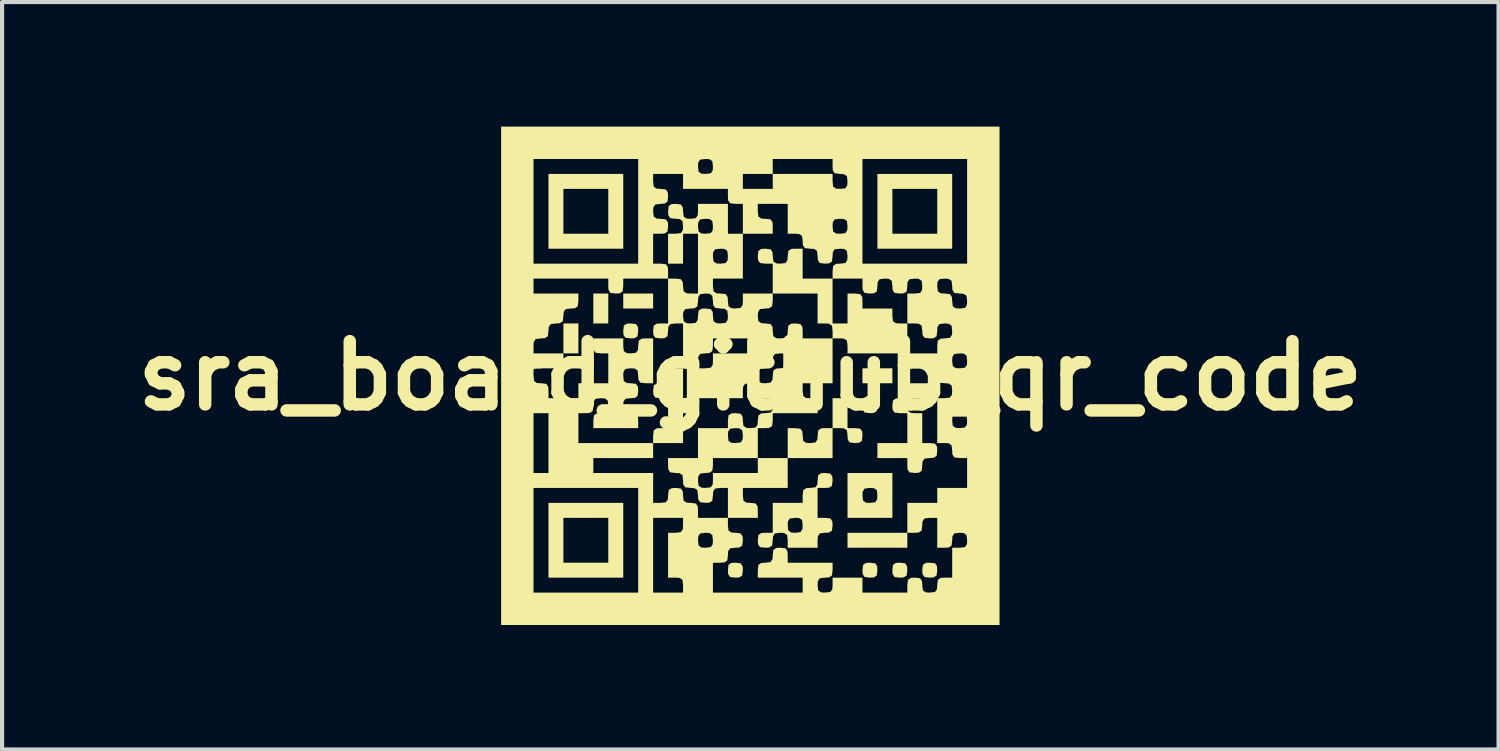
<source format=kicad_pcb>
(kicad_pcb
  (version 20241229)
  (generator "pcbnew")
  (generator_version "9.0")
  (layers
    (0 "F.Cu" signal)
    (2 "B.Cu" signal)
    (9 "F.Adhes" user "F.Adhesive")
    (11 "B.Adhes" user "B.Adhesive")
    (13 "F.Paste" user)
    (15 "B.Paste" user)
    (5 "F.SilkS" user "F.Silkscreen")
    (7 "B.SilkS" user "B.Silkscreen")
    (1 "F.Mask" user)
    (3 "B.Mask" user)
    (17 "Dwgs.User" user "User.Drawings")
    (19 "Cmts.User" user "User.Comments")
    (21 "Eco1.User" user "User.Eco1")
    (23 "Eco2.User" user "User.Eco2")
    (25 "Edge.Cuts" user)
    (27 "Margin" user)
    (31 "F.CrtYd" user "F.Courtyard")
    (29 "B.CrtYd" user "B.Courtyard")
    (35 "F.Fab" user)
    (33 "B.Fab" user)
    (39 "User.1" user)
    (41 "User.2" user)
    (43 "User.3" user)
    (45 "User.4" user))
  (footprint "sra_board_github_qr_code"
    (layer "F.Cu")
    (at 15.03 6.005)
    (property "Reference" "sra_board_github_qr_code" (at 0 0 0) (layer "F.SilkS") (effects (font (size 1.524 1.524) (thickness 0.3))))
    (attr board_only exclude_from_pos_files exclude_from_bom)
    (fp_poly (pts (xy -4.143 -0.54) (xy -4.504 -0.54) (xy -4.504 -1.261) (xy -4.143 -1.261)) (stroke (width 0) (type solid)) (fill yes) (layer "F.SilkS"))
    (fp_poly (pts (xy -3.423 -1.261) (xy -3.783 -1.261) (xy -3.783 -1.982) (xy -3.423 -1.982)) (stroke (width 0) (type solid)) (fill yes) (layer "F.SilkS"))
    (fp_poly (pts (xy -2.342 -1.621) (xy -3.062 -1.621) (xy -3.062 -1.982) (xy -2.342 -1.982)) (stroke (width 0) (type solid)) (fill yes) (layer "F.SilkS"))
    (fp_poly (pts (xy 3.423 0.18) (xy 2.702 0.18) (xy 2.702 -0.18) (xy 3.423 -0.18)) (stroke (width 0) (type solid)) (fill yes) (layer "F.SilkS"))
    (fp_poly (pts (xy 3.783 4.143) (xy 2.342 4.143) (xy 2.342 3.783) (xy 3.783 3.783)) (stroke (width 0) (type solid)) (fill yes) (layer "F.SilkS"))
    (fp_poly (pts (xy -3.062 -3.062) (xy -4.864 -3.062) (xy -4.864 -3.423) (xy -4.504 -3.423) (xy -3.423 -3.423) (xy -3.423 -4.504) (xy -4.504 -4.504) (xy -4.504 -3.423) (xy -4.864 -3.423) (xy -4.864 -4.864) (xy -3.062 -4.864)) (stroke (width 0) (type solid)) (fill yes) (layer "F.SilkS"))
    (fp_poly (pts (xy -3.062 4.864) (xy -4.864 4.864) (xy -4.864 4.504) (xy -4.504 4.504) (xy -3.423 4.504) (xy -3.423 3.423) (xy -4.504 3.423) (xy -4.504 4.504) (xy -4.864 4.504) (xy -4.864 3.062) (xy -3.062 3.062)) (stroke (width 0) (type solid)) (fill yes) (layer "F.SilkS"))
    (fp_poly (pts (xy 4.864 -3.062) (xy 3.062 -3.062) (xy 3.062 -3.423) (xy 3.423 -3.423) (xy 4.504 -3.423) (xy 4.504 -4.504) (xy 3.423 -4.504) (xy 3.423 -3.423) (xy 3.062 -3.423) (xy 3.062 -4.864) (xy 4.864 -4.864)) (stroke (width 0) (type solid)) (fill yes) (layer "F.SilkS"))
    (fp_poly (pts (xy -2.755 -1.246) (xy -2.708 -1.176) (xy -2.702 -1.081) (xy -2.717 -0.953) (xy -2.787 -0.906) (xy -2.882 -0.901) (xy -3.01 -0.916) (xy -3.057 -0.986) (xy -3.062 -1.081) (xy -3.048 -1.208) (xy -2.977 -1.255) (xy -2.882 -1.261)) (stroke (width 0) (type solid)) (fill yes) (layer "F.SilkS"))
    (fp_poly (pts (xy -0.233 4.518) (xy -0.186 4.589) (xy -0.18 4.684) (xy -0.195 4.811) (xy -0.265 4.858) (xy -0.36 4.864) (xy -0.488 4.849) (xy -0.535 4.779) (xy -0.54 4.684) (xy -0.526 4.556) (xy -0.455 4.509) (xy -0.36 4.504)) (stroke (width 0) (type solid)) (fill yes) (layer "F.SilkS"))
    (fp_poly (pts (xy 3.01 0.555) (xy 3.057 0.625) (xy 3.062 0.721) (xy 3.048 0.848) (xy 2.977 0.895) (xy 2.882 0.901) (xy 2.755 0.886) (xy 2.708 0.816) (xy 2.702 0.721) (xy 2.717 0.593) (xy 2.787 0.546) (xy 2.882 0.54)) (stroke (width 0) (type solid)) (fill yes) (layer "F.SilkS"))
    (fp_poly (pts (xy 3.01 4.518) (xy 3.057 4.589) (xy 3.062 4.684) (xy 3.048 4.811) (xy 2.977 4.858) (xy 2.882 4.864) (xy 2.755 4.849) (xy 2.708 4.779) (xy 2.702 4.684) (xy 2.717 4.556) (xy 2.787 4.509) (xy 2.882 4.504)) (stroke (width 0) (type solid)) (fill yes) (layer "F.SilkS"))
    (fp_poly (pts (xy 3.73 4.518) (xy 3.777 4.589) (xy 3.783 4.684) (xy 3.768 4.811) (xy 3.698 4.858) (xy 3.603 4.864) (xy 3.475 4.849) (xy 3.428 4.779) (xy 3.423 4.684) (xy 3.438 4.556) (xy 3.508 4.509) (xy 3.603 4.504)) (stroke (width 0) (type solid)) (fill yes) (layer "F.SilkS"))
    (fp_poly (pts (xy 4.451 4.518) (xy 4.498 4.589) (xy 4.504 4.684) (xy 4.489 4.811) (xy 4.418 4.858) (xy 4.323 4.864) (xy 4.196 4.849) (xy 4.149 4.779) (xy 4.143 4.684) (xy 4.158 4.556) (xy 4.228 4.509) (xy 4.323 4.504)) (stroke (width 0) (type solid)) (fill yes) (layer "F.SilkS"))
    (fp_poly (pts (xy 1.982 0.54) (xy 2.342 0.54) (xy 2.342 1.261) (xy 2.522 1.261) (xy 2.65 1.276) (xy 2.697 1.346) (xy 2.702 1.441) (xy 2.687 1.569) (xy 2.617 1.616) (xy 2.522 1.621) (xy 2.394 1.606) (xy 2.347 1.536) (xy 2.342 1.441) (xy 2.327 1.314) (xy 2.257 1.267) (xy 2.162 1.261) (xy 1.982 1.261)) (stroke (width 0) (type solid)) (fill yes) (layer "F.SilkS"))
    (fp_poly (pts (xy 1.982 1.982) (xy 0.901 1.982) (xy 0.901 1.261) (xy 1.081 1.261) (xy 1.208 1.276) (xy 1.255 1.346) (xy 1.261 1.441) (xy 1.276 1.569) (xy 1.346 1.616) (xy 1.441 1.621) (xy 1.569 1.606) (xy 1.616 1.536) (xy 1.621 1.441) (xy 1.636 1.314) (xy 1.706 1.267) (xy 1.801 1.261) (xy 1.982 1.261)) (stroke (width 0) (type solid)) (fill yes) (layer "F.SilkS"))
    (fp_poly (pts (xy 3.423 3.423) (xy 2.342 3.423) (xy 2.342 2.882) (xy 2.702 2.882) (xy 2.717 3.01) (xy 2.787 3.057) (xy 2.882 3.062) (xy 3.01 3.048) (xy 3.057 2.977) (xy 3.062 2.882) (xy 3.048 2.755) (xy 2.977 2.708) (xy 2.882 2.702) (xy 2.755 2.717) (xy 2.708 2.787) (xy 2.702 2.882) (xy 2.342 2.882) (xy 2.342 2.342) (xy 3.423 2.342)) (stroke (width 0) (type solid)) (fill yes) (layer "F.SilkS"))
    (fp_poly (pts (xy 4.504 0.54) (xy 3.783 0.54) (xy 3.783 0.721) (xy 3.798 0.848) (xy 3.868 0.895) (xy 3.963 0.901) (xy 4.143 0.901) (xy 4.143 1.621) (xy 4.323 1.621) (xy 4.451 1.636) (xy 4.498 1.706) (xy 4.504 1.801) (xy 4.489 1.929) (xy 4.418 1.976) (xy 4.323 1.982) (xy 4.196 1.996) (xy 4.149 2.067) (xy 4.143 2.162) (xy 4.128 2.289) (xy 4.058 2.336) (xy 3.963 2.342) (xy 3.836 2.327) (xy 3.788 2.257) (xy 3.783 2.162) (xy 3.783 1.982) (xy 3.062 1.982) (xy 3.062 1.621) (xy 3.783 1.621) (xy 3.783 0.901) (xy 3.603 0.901) (xy 3.475 0.886) (xy 3.428 0.816) (xy 3.423 0.721) (xy 3.438 0.593) (xy 3.508 0.546) (xy 3.603 0.54) (xy 3.73 0.526) (xy 3.777 0.455) (xy 3.783 0.36) (xy 3.783 0.18) (xy 4.504 0.18)) (stroke (width 0) (type solid)) (fill yes) (layer "F.SilkS"))
    (fp_poly (pts (xy 1.929 2.357) (xy 1.976 2.427) (xy 1.982 2.522) (xy 1.967 2.65) (xy 1.896 2.697) (xy 1.801 2.702) (xy 1.621 2.702) (xy 1.621 3.423) (xy 1.801 3.423) (xy 1.929 3.438) (xy 1.976 3.508) (xy 1.982 3.603) (xy 1.967 3.73) (xy 1.896 3.777) (xy 1.801 3.783) (xy 1.674 3.798) (xy 1.627 3.868) (xy 1.621 3.963) (xy 1.621 4.143) (xy 0.901 4.143) (xy 0.901 3.963) (xy 0.886 3.836) (xy 0.816 3.788) (xy 0.721 3.783) (xy 0.593 3.798) (xy 0.546 3.868) (xy 0.54 3.963) (xy 0.526 4.091) (xy 0.455 4.138) (xy 0.36 4.143) (xy 0.233 4.128) (xy 0.186 4.058) (xy 0.18 3.963) (xy 0.195 3.836) (xy 0.265 3.788) (xy 0.36 3.783) (xy 0.54 3.783) (xy 0.54 3.603) (xy 0.901 3.603) (xy 0.916 3.73) (xy 0.986 3.777) (xy 1.081 3.783) (xy 1.208 3.768) (xy 1.255 3.698) (xy 1.261 3.603) (xy 1.246 3.475) (xy 1.176 3.428) (xy 1.081 3.423) (xy 0.953 3.438) (xy 0.906 3.508) (xy 0.901 3.603) (xy 0.54 3.603) (xy 0.54 3.062) (xy 1.261 3.062) (xy 1.261 2.882) (xy 1.276 2.755) (xy 1.346 2.708) (xy 1.441 2.702) (xy 1.569 2.687) (xy 1.616 2.617) (xy 1.621 2.522) (xy 1.636 2.394) (xy 1.706 2.347) (xy 1.801 2.342)) (stroke (width 0) (type solid)) (fill yes) (layer "F.SilkS"))
    (fp_poly (pts (xy 0.901 1.982) (xy 0.901 2.702) (xy -0.18 2.702) (xy -0.18 2.882) (xy -0.165 3.01) (xy -0.095 3.057) (xy 0 3.062) (xy 0.128 3.077) (xy 0.175 3.147) (xy 0.18 3.243) (xy 0.18 3.423) (xy -0.54 3.423) (xy -0.54 2.702) (xy -0.721 2.702) (xy -0.848 2.717) (xy -0.895 2.787) (xy -0.901 2.882) (xy -0.916 3.01) (xy -0.986 3.057) (xy -1.081 3.062) (xy -1.208 3.048) (xy -1.255 2.977) (xy -1.261 2.882) (xy -1.276 2.755) (xy -1.346 2.708) (xy -1.441 2.702) (xy -1.569 2.687) (xy -1.616 2.617) (xy -1.621 2.522) (xy -1.261 2.522) (xy -1.246 2.65) (xy -1.176 2.697) (xy -1.081 2.702) (xy -0.953 2.687) (xy -0.906 2.617) (xy -0.901 2.522) (xy -0.901 2.342) (xy 0.18 2.342) (xy 0.18 1.982) (xy -0.901 1.982) (xy -0.901 2.162) (xy -0.916 2.289) (xy -0.986 2.336) (xy -1.081 2.342) (xy -1.208 2.357) (xy -1.255 2.427) (xy -1.261 2.522) (xy -1.621 2.522) (xy -1.636 2.394) (xy -1.706 2.347) (xy -1.801 2.342) (xy -1.929 2.327) (xy -1.976 2.257) (xy -1.982 2.162) (xy -1.982 1.982) (xy -1.261 1.982) (xy -1.261 1.441) (xy -0.54 1.441) (xy -0.526 1.569) (xy -0.455 1.616) (xy -0.36 1.621) (xy -0.233 1.606) (xy -0.186 1.536) (xy -0.18 1.441) (xy -0.195 1.314) (xy -0.265 1.267) (xy -0.36 1.261) (xy -0.488 1.276) (xy -0.535 1.346) (xy -0.54 1.441) (xy -1.261 1.441) (xy -1.261 1.261) (xy -0.54 1.261) (xy -0.54 1.081) (xy -0.526 0.953) (xy -0.455 0.906) (xy -0.36 0.901) (xy -0.233 0.916) (xy -0.186 0.986) (xy -0.18 1.081) (xy -0.165 1.208) (xy -0.095 1.255) (xy 0 1.261) (xy 0.128 1.246) (xy 0.175 1.176) (xy 0.18 1.081) (xy 0.195 0.953) (xy 0.265 0.906) (xy 0.36 0.901) (xy 0.488 0.886) (xy 0.535 0.816) (xy 0.54 0.721) (xy 0.526 0.593) (xy 0.455 0.546) (xy 0.36 0.54) (xy 0.233 0.526) (xy 0.186 0.455) (xy 0.18 0.36) (xy 0.165 0.233) (xy 0.095 0.186) (xy 0 0.18) (xy -0.128 0.195) (xy -0.175 0.265) (xy -0.18 0.36) (xy -0.18 0.54) (xy -1.261 0.54) (xy -1.261 0.721) (xy -1.276 0.848) (xy -1.346 0.895) (xy -1.441 0.901) (xy -1.621 0.901) (xy -1.621 1.621) (xy -2.342 1.621) (xy -2.342 1.441) (xy -2.327 1.314) (xy -2.257 1.267) (xy -2.162 1.261) (xy -1.982 1.261) (xy -1.982 0.54) (xy -1.621 0.54) (xy -1.261 0.54) (xy -1.261 0) (xy 0.18 0) (xy 0.195 0.128) (xy 0.265 0.175) (xy 0.36 0.18) (xy 0.488 0.165) (xy 0.535 0.095) (xy 0.54 0) (xy 0.555 -0.128) (xy 0.625 -0.175) (xy 0.721 -0.18) (xy 0.848 -0.195) (xy 0.895 -0.265) (xy 0.901 -0.36) (xy 0.886 -0.488) (xy 0.816 -0.535) (xy 0.721 -0.54) (xy 0.593 -0.526) (xy 0.546 -0.455) (xy 0.54 -0.36) (xy 0.526 -0.233) (xy 0.455 -0.186) (xy 0.36 -0.18) (xy 0.233 -0.165) (xy 0.186 -0.095) (xy 0.18 0) (xy -1.261 0) (xy -1.261 -0.18) (xy -1.081 -0.18) (xy -0.953 -0.195) (xy -0.906 -0.265) (xy -0.901 -0.36) (xy -0.901 -0.54) (xy 0.18 -0.54) (xy 0.18 -0.901) (xy -0.901 -0.901) (xy -0.901 -0.721) (xy -0.916 -0.593) (xy -0.986 -0.546) (xy -1.081 -0.54) (xy -1.208 -0.526) (xy -1.255 -0.455) (xy -1.261 -0.36) (xy -1.276 -0.233) (xy -1.346 -0.186) (xy -1.441 -0.18) (xy -1.621 -0.18) (xy -1.621 0.54) (xy -1.982 0.54) (xy -2.162 0.54) (xy -2.289 0.526) (xy -2.336 0.455) (xy -2.342 0.36) (xy -2.327 0.233) (xy -2.257 0.186) (xy -2.162 0.18) (xy -2.034 0.165) (xy -1.987 0.095) (xy -1.982 0) (xy -1.967 -0.128) (xy -1.896 -0.175) (xy -1.801 -0.18) (xy -1.621 -0.18) (xy -1.621 -1.261) (xy -1.801 -1.261) (xy -1.929 -1.246) (xy -1.976 -1.176) (xy -1.982 -1.081) (xy -1.996 -0.953) (xy -2.067 -0.906) (xy -2.162 -0.901) (xy -2.289 -0.916) (xy -2.336 -0.986) (xy -2.342 -1.081) (xy -2.327 -1.208) (xy -2.257 -1.255) (xy -2.162 -1.261) (xy -1.982 -1.261) (xy -1.982 -1.441) (xy -1.621 -1.441) (xy -1.606 -1.314) (xy -1.536 -1.267) (xy -1.441 -1.261) (xy -1.314 -1.276) (xy -1.267 -1.346) (xy -1.261 -1.441) (xy -1.246 -1.569) (xy -1.176 -1.616) (xy -1.081 -1.621) (xy -0.953 -1.606) (xy -0.906 -1.536) (xy -0.901 -1.441) (xy -0.886 -1.314) (xy -0.816 -1.267) (xy -0.721 -1.261) (xy -0.593 -1.276) (xy -0.546 -1.346) (xy -0.54 -1.441) (xy 0.18 -1.441) (xy 0.195 -1.314) (xy 0.265 -1.267) (xy 0.36 -1.261) (xy 0.488 -1.246) (xy 0.535 -1.176) (xy 0.54 -1.081) (xy 0.555 -0.953) (xy 0.625 -0.906) (xy 0.721 -0.901) (xy 0.848 -0.916) (xy 0.895 -0.986) (xy 0.901 -1.081) (xy 0.916 -1.208) (xy 0.986 -1.255) (xy 1.081 -1.261) (xy 1.208 -1.246) (xy 1.255 -1.176) (xy 1.261 -1.081) (xy 1.261 -0.901) (xy 1.982 -0.901) (xy 1.982 -1.081) (xy 1.967 -1.208) (xy 1.896 -1.255) (xy 1.801 -1.261) (xy 1.621 -1.261) (xy 1.621 -1.982) (xy 0.54 -1.982) (xy 0.54 -1.801) (xy 0.526 -1.674) (xy 0.455 -1.627) (xy 0.36 -1.621) (xy 0.233 -1.606) (xy 0.186 -1.536) (xy 0.18 -1.441) (xy -0.54 -1.441) (xy -0.555 -1.569) (xy -0.625 -1.616) (xy -0.721 -1.621) (xy -0.848 -1.636) (xy -0.895 -1.706) (xy -0.901 -1.801) (xy -0.916 -1.929) (xy -0.986 -1.976) (xy -1.081 -1.982) (xy -1.208 -1.967) (xy -1.255 -1.896) (xy -1.261 -1.801) (xy -1.276 -1.674) (xy -1.346 -1.627) (xy -1.441 -1.621) (xy -1.569 -1.606) (xy -1.616 -1.536) (xy -1.621 -1.441) (xy -1.982 -1.441) (xy -1.982 -2.342) (xy -1.801 -2.342) (xy -1.674 -2.327) (xy -1.627 -2.257) (xy -1.621 -2.162) (xy -1.606 -2.034) (xy -1.536 -1.987) (xy -1.441 -1.982) (xy -1.261 -1.982) (xy -1.261 -2.882) (xy -0.901 -2.882) (xy -0.886 -2.755) (xy -0.816 -2.708) (xy -0.721 -2.702) (xy -0.593 -2.717) (xy -0.546 -2.787) (xy -0.54 -2.882) (xy -0.555 -3.01) (xy -0.625 -3.057) (xy -0.721 -3.062) (xy -0.848 -3.048) (xy -0.895 -2.977) (xy -0.901 -2.882) (xy -1.261 -2.882) (xy -1.261 -3.423) (xy -1.621 -3.423) (xy -1.621 -2.702) (xy -1.982 -2.702) (xy -1.982 -3.423) (xy -1.801 -3.423) (xy -1.674 -3.438) (xy -1.627 -3.508) (xy -1.621 -3.603) (xy -1.261 -3.603) (xy -1.246 -3.475) (xy -1.176 -3.428) (xy -1.081 -3.423) (xy -0.953 -3.438) (xy -0.906 -3.508) (xy -0.901 -3.603) (xy -0.916 -3.73) (xy -0.986 -3.777) (xy -1.081 -3.783) (xy -1.208 -3.768) (xy -1.255 -3.698) (xy -1.261 -3.603) (xy -1.621 -3.603) (xy -1.636 -3.73) (xy -1.706 -3.777) (xy -1.801 -3.783) (xy -1.929 -3.798) (xy -1.976 -3.868) (xy -1.982 -3.963) (xy -1.967 -4.091) (xy -1.896 -4.138) (xy -1.801 -4.143) (xy -1.674 -4.128) (xy -1.627 -4.058) (xy -1.621 -3.963) (xy -1.606 -3.836) (xy -1.536 -3.788) (xy -1.441 -3.783) (xy -1.314 -3.798) (xy -1.267 -3.868) (xy -1.261 -3.963) (xy -1.261 -4.143) (xy -0.54 -4.143) (xy -0.54 -3.423) (xy -0.18 -3.423) (xy -0.18 -2.342) (xy -0.901 -2.342) (xy -0.901 -2.162) (xy -0.886 -2.034) (xy -0.816 -1.987) (xy -0.721 -1.982) (xy -0.593 -1.967) (xy -0.546 -1.896) (xy -0.54 -1.801) (xy -0.526 -1.674) (xy -0.455 -1.627) (xy -0.36 -1.621) (xy -0.233 -1.636) (xy -0.186 -1.706) (xy -0.18 -1.801) (xy -0.18 -1.982) (xy 0.54 -1.982) (xy 0.54 -2.702) (xy 0.36 -2.702) (xy 0.233 -2.717) (xy 0.186 -2.787) (xy 0.18 -2.882) (xy 0.195 -3.01) (xy 0.265 -3.057) (xy 0.36 -3.062) (xy 0.488 -3.048) (xy 0.535 -2.977) (xy 0.54 -2.882) (xy 0.555 -2.755) (xy 0.625 -2.708) (xy 0.721 -2.702) (xy 0.848 -2.717) (xy 0.895 -2.787) (xy 0.901 -2.882) (xy 0.916 -3.01) (xy 0.986 -3.057) (xy 1.081 -3.062) (xy 1.261 -3.062) (xy 1.261 -2.342) (xy 1.982 -2.342) (xy 1.982 -1.261) (xy 2.342 -1.261) (xy 2.342 -1.982) (xy 2.522 -1.982) (xy 2.65 -1.967) (xy 2.697 -1.896) (xy 2.702 -1.801) (xy 2.702 -1.621) (xy 3.423 -1.621) (xy 3.423 -1.441) (xy 3.438 -1.314) (xy 3.508 -1.267) (xy 3.603 -1.261) (xy 3.783 -1.261) (xy 3.783 -0.54) (xy 2.342 -0.54) (xy 2.342 -0.721) (xy 2.327 -0.848) (xy 2.257 -0.895) (xy 2.162 -0.901) (xy 1.982 -0.901) (xy 1.982 0.18) (xy 1.261 0.18) (xy 1.261 0.36) (xy 1.276 0.488) (xy 1.346 0.535) (xy 1.441 0.54) (xy 1.569 0.555) (xy 1.616 0.625) (xy 1.621 0.721) (xy 1.621 0.901) (xy 0.54 0.901) (xy 0.54 1.081) (xy 0.526 1.208) (xy 0.455 1.255) (xy 0.36 1.261) (xy 0.18 1.261) (xy 0.18 1.982)) (stroke (width 0) (type solid)) (fill yes) (layer "F.SilkS"))
    (fp_poly (pts (xy 6.005 6.005) (xy -6.005 6.005) (xy -6.005 5.224) (xy -5.224 5.224) (xy -2.702 5.224) (xy -2.342 5.224) (xy -1.621 5.224) (xy -1.621 5.044) (xy -1.636 4.916) (xy -1.706 4.869) (xy -1.801 4.864) (xy -1.982 4.864) (xy -1.982 3.963) (xy -1.261 3.963) (xy -1.246 4.091) (xy -1.176 4.138) (xy -1.081 4.143) (xy -0.953 4.128) (xy -0.906 4.058) (xy -0.901 3.963) (xy -0.916 3.836) (xy -0.986 3.788) (xy -1.081 3.783) (xy -1.208 3.798) (xy -1.255 3.868) (xy -1.261 3.963) (xy -1.982 3.963) (xy -1.982 3.783) (xy -1.801 3.783) (xy -1.674 3.768) (xy -1.627 3.698) (xy -1.621 3.603) (xy -1.621 3.423) (xy -2.342 3.423) (xy -2.342 5.224) (xy -2.702 5.224) (xy -2.702 2.702) (xy -5.224 2.702) (xy -5.224 5.224) (xy -6.005 5.224) (xy -6.005 2.342) (xy -5.224 2.342) (xy -4.864 2.342) (xy -4.864 0.901) (xy -5.224 0.901) (xy -5.224 2.342) (xy -6.005 2.342) (xy -6.005 0) (xy -5.224 0) (xy -5.209 0.128) (xy -5.139 0.175) (xy -5.044 0.18) (xy -4.916 0.195) (xy -4.869 0.265) (xy -4.864 0.36) (xy -4.864 0.54) (xy -4.143 0.54) (xy -4.143 0.18) (xy -3.423 0.18) (xy -3.423 -0.54) (xy -3.603 -0.54) (xy -3.73 -0.555) (xy -3.777 -0.625) (xy -3.783 -0.721) (xy -3.783 -0.901) (xy -3.062 -0.901) (xy -3.062 -0.721) (xy -3.048 -0.593) (xy -2.977 -0.546) (xy -2.882 -0.54) (xy -2.755 -0.555) (xy -2.708 -0.625) (xy -2.702 -0.721) (xy -2.687 -0.848) (xy -2.617 -0.895) (xy -2.522 -0.901) (xy -2.342 -0.901) (xy -2.342 0.18) (xy -2.522 0.18) (xy -2.65 0.165) (xy -2.697 0.095) (xy -2.702 0) (xy -2.717 -0.128) (xy -2.787 -0.175) (xy -2.882 -0.18) (xy -3.01 -0.165) (xy -3.057 -0.095) (xy -3.062 0) (xy -3.048 0.128) (xy -2.977 0.175) (xy -2.882 0.18) (xy -2.755 0.195) (xy -2.708 0.265) (xy -2.702 0.36) (xy -2.717 0.488) (xy -2.787 0.535) (xy -2.882 0.54) (xy -3.01 0.555) (xy -3.057 0.625) (xy -3.062 0.721) (xy -3.048 0.848) (xy -2.977 0.895) (xy -2.882 0.901) (xy -2.755 0.916) (xy -2.708 0.986) (xy -2.702 1.081) (xy -2.702 1.261) (xy -3.783 1.261) (xy -3.783 1.081) (xy -3.768 0.953) (xy -3.698 0.906) (xy -3.603 0.901) (xy -3.475 0.886) (xy -3.428 0.816) (xy -3.423 0.721) (xy -3.438 0.593) (xy -3.508 0.546) (xy -3.603 0.54) (xy -3.73 0.555) (xy -3.777 0.625) (xy -3.783 0.721) (xy -3.798 0.848) (xy -3.868 0.895) (xy -3.963 0.901) (xy -4.143 0.901) (xy -4.143 1.621) (xy -2.342 1.621) (xy -2.342 1.982) (xy -3.783 1.982) (xy -3.783 2.342) (xy -2.342 2.342) (xy -2.342 3.062) (xy -2.162 3.062) (xy -2.034 3.048) (xy -1.987 2.977) (xy -1.982 2.882) (xy -1.967 2.755) (xy -1.896 2.708) (xy -1.801 2.702) (xy -1.674 2.717) (xy -1.627 2.787) (xy -1.621 2.882) (xy -1.606 3.01) (xy -1.536 3.057) (xy -1.441 3.062) (xy -1.314 3.077) (xy -1.267 3.147) (xy -1.261 3.243) (xy -1.261 3.423) (xy -0.54 3.423) (xy -0.54 3.603) (xy -0.526 3.73) (xy -0.455 3.777) (xy -0.36 3.783) (xy -0.233 3.798) (xy -0.186 3.868) (xy -0.18 3.963) (xy -0.195 4.091) (xy -0.265 4.138) (xy -0.36 4.143) (xy -0.488 4.158) (xy -0.535 4.228) (xy -0.54 4.323) (xy -0.555 4.451) (xy -0.625 4.498) (xy -0.721 4.504) (xy -0.901 4.504) (xy -0.901 5.224) (xy 1.261 5.224) (xy 1.261 4.864) (xy 0.18 4.864) (xy 0.18 4.684) (xy 0.195 4.556) (xy 0.265 4.509) (xy 0.36 4.504) (xy 0.488 4.489) (xy 0.535 4.418) (xy 0.54 4.323) (xy 0.555 4.196) (xy 0.625 4.149) (xy 0.721 4.143) (xy 0.848 4.158) (xy 0.895 4.228) (xy 0.901 4.323) (xy 0.901 4.504) (xy 1.982 4.504) (xy 1.982 4.684) (xy 1.967 4.811) (xy 1.896 4.858) (xy 1.801 4.864) (xy 1.674 4.879) (xy 1.627 4.949) (xy 1.621 5.044) (xy 1.636 5.172) (xy 1.706 5.219) (xy 1.801 5.224) (xy 1.929 5.209) (xy 1.976 5.139) (xy 1.982 5.044) (xy 1.982 4.864) (xy 2.702 4.864) (xy 2.702 5.224) (xy 3.783 5.224) (xy 3.783 5.044) (xy 3.798 4.916) (xy 3.868 4.869) (xy 3.963 4.864) (xy 4.091 4.879) (xy 4.138 4.949) (xy 4.143 5.044) (xy 4.158 5.172) (xy 4.228 5.219) (xy 4.323 5.224) (xy 4.451 5.209) (xy 4.498 5.139) (xy 4.504 5.044) (xy 4.518 4.916) (xy 4.589 4.869) (xy 4.684 4.864) (xy 4.864 4.864) (xy 4.864 4.143) (xy 5.044 4.143) (xy 5.172 4.128) (xy 5.219 4.058) (xy 5.224 3.963) (xy 5.209 3.836) (xy 5.139 3.788) (xy 5.044 3.783) (xy 4.916 3.798) (xy 4.869 3.868) (xy 4.864 3.963) (xy 4.849 4.091) (xy 4.779 4.138) (xy 4.684 4.143) (xy 4.504 4.143) (xy 4.504 3.423) (xy 4.323 3.423) (xy 4.196 3.438) (xy 4.149 3.508) (xy 4.143 3.603) (xy 4.128 3.73) (xy 4.058 3.777) (xy 3.963 3.783) (xy 3.783 3.783) (xy 3.783 3.062) (xy 4.504 3.062) (xy 4.504 2.702) (xy 5.224 2.702) (xy 5.224 1.982) (xy 5.044 1.982) (xy 4.916 1.967) (xy 4.869 1.896) (xy 4.864 1.801) (xy 4.849 1.674) (xy 4.779 1.627) (xy 4.684 1.621) (xy 4.504 1.621) (xy 4.504 1.081) (xy 4.864 1.081) (xy 4.879 1.208) (xy 4.949 1.255) (xy 5.044 1.261) (xy 5.172 1.246) (xy 5.219 1.176) (xy 5.224 1.081) (xy 5.209 0.953) (xy 5.139 0.906) (xy 5.044 0.901) (xy 4.916 0.916) (xy 4.869 0.986) (xy 4.864 1.081) (xy 4.504 1.081) (xy 4.504 0.54) (xy 4.684 0.54) (xy 4.811 0.526) (xy 4.858 0.455) (xy 4.864 0.36) (xy 4.849 0.233) (xy 4.779 0.186) (xy 4.684 0.18) (xy 4.556 0.165) (xy 4.509 0.095) (xy 4.504 0) (xy 4.504 -0.18) (xy 3.783 -0.18) (xy 3.783 -0.36) (xy 4.864 -0.36) (xy 4.879 -0.233) (xy 4.949 -0.186) (xy 5.044 -0.18) (xy 5.172 -0.195) (xy 5.219 -0.265) (xy 5.224 -0.36) (xy 5.209 -0.488) (xy 5.139 -0.535) (xy 5.044 -0.54) (xy 4.916 -0.526) (xy 4.869 -0.455) (xy 4.864 -0.36) (xy 3.783 -0.36) (xy 3.783 -0.54) (xy 4.504 -0.54) (xy 4.504 -0.721) (xy 4.518 -0.848) (xy 4.589 -0.895) (xy 4.684 -0.901) (xy 4.811 -0.916) (xy 4.858 -0.986) (xy 4.864 -1.081) (xy 4.849 -1.208) (xy 4.779 -1.255) (xy 4.684 -1.261) (xy 4.556 -1.246) (xy 4.509 -1.176) (xy 4.504 -1.081) (xy 4.489 -0.953) (xy 4.418 -0.906) (xy 4.323 -0.901) (xy 4.196 -0.916) (xy 4.149 -0.986) (xy 4.143 -1.081) (xy 4.128 -1.208) (xy 4.058 -1.255) (xy 3.963 -1.261) (xy 3.783 -1.261) (xy 3.783 -1.982) (xy 3.963 -1.982) (xy 4.091 -1.996) (xy 4.138 -2.067) (xy 4.143 -2.162) (xy 4.504 -2.162) (xy 4.518 -2.034) (xy 4.589 -1.987) (xy 4.684 -1.982) (xy 4.811 -1.967) (xy 4.858 -1.896) (xy 4.864 -1.801) (xy 4.879 -1.674) (xy 4.949 -1.627) (xy 5.044 -1.621) (xy 5.172 -1.636) (xy 5.219 -1.706) (xy 5.224 -1.801) (xy 5.209 -1.929) (xy 5.139 -1.976) (xy 5.044 -1.982) (xy 4.916 -1.996) (xy 4.869 -2.067) (xy 4.864 -2.162) (xy 4.849 -2.289) (xy 4.779 -2.336) (xy 4.684 -2.342) (xy 4.556 -2.327) (xy 4.509 -2.257) (xy 4.504 -2.162) (xy 4.143 -2.162) (xy 4.128 -2.289) (xy 4.058 -2.336) (xy 3.963 -2.342) (xy 3.836 -2.327) (xy 3.788 -2.257) (xy 3.783 -2.162) (xy 3.768 -2.034) (xy 3.698 -1.987) (xy 3.603 -1.982) (xy 3.475 -1.996) (xy 3.428 -2.067) (xy 3.423 -2.162) (xy 3.408 -2.289) (xy 3.338 -2.336) (xy 3.243 -2.342) (xy 3.115 -2.327) (xy 3.068 -2.257) (xy 3.062 -2.162) (xy 3.048 -2.034) (xy 2.977 -1.987) (xy 2.882 -1.982) (xy 2.755 -1.996) (xy 2.708 -2.067) (xy 2.702 -2.162) (xy 2.702 -2.342) (xy 1.982 -2.342) (xy 1.982 -2.522) (xy 1.996 -2.65) (xy 2.067 -2.697) (xy 2.162 -2.702) (xy 2.702 -2.702) (xy 5.224 -2.702) (xy 5.224 -5.224) (xy 2.702 -5.224) (xy 2.702 -2.702) (xy 2.162 -2.702) (xy 2.289 -2.717) (xy 2.336 -2.787) (xy 2.342 -2.882) (xy 2.327 -3.01) (xy 2.257 -3.057) (xy 2.162 -3.062) (xy 2.034 -3.048) (xy 1.987 -2.977) (xy 1.982 -2.882) (xy 1.967 -2.755) (xy 1.896 -2.708) (xy 1.801 -2.702) (xy 1.674 -2.717) (xy 1.627 -2.787) (xy 1.621 -2.882) (xy 1.606 -3.01) (xy 1.536 -3.057) (xy 1.441 -3.062) (xy 1.314 -3.077) (xy 1.267 -3.147) (xy 1.261 -3.243) (xy 1.246 -3.37) (xy 1.176 -3.417) (xy 1.081 -3.423) (xy 0.901 -3.423) (xy 0.901 -3.603) (xy 1.982 -3.603) (xy 1.996 -3.475) (xy 2.067 -3.428) (xy 2.162 -3.423) (xy 2.289 -3.438) (xy 2.336 -3.508) (xy 2.342 -3.603) (xy 2.327 -3.73) (xy 2.257 -3.777) (xy 2.162 -3.783) (xy 2.034 -3.768) (xy 1.987 -3.698) (xy 1.982 -3.603) (xy 0.901 -3.603) (xy 0.901 -4.143) (xy 0.18 -4.143) (xy 0.18 -3.963) (xy 0.195 -3.836) (xy 0.265 -3.788) (xy 0.36 -3.783) (xy 0.488 -3.768) (xy 0.535 -3.698) (xy 0.54 -3.603) (xy 0.54 -3.423) (xy -0.18 -3.423) (xy -0.18 -4.143) (xy -0.36 -4.143) (xy -0.488 -4.158) (xy -0.535 -4.228) (xy -0.54 -4.323) (xy -0.54 -4.504) (xy -0.18 -4.504) (xy 0.54 -4.504) (xy 0.54 -4.864) (xy 1.982 -4.864) (xy 1.982 -4.684) (xy 1.996 -4.556) (xy 2.067 -4.509) (xy 2.162 -4.504) (xy 2.289 -4.518) (xy 2.336 -4.589) (xy 2.342 -4.684) (xy 2.327 -4.811) (xy 2.257 -4.858) (xy 2.162 -4.864) (xy 2.034 -4.879) (xy 1.987 -4.949) (xy 1.982 -5.044) (xy 1.982 -5.224) (xy 0.54 -5.224) (xy 0.54 -4.864) (xy -0.18 -4.864) (xy -0.18 -4.504) (xy -0.54 -4.504) (xy -1.621 -4.504) (xy -1.621 -4.864) (xy -2.342 -4.864) (xy -2.342 -4.684) (xy -2.327 -4.556) (xy -2.257 -4.509) (xy -2.162 -4.504) (xy -2.034 -4.489) (xy -1.987 -4.418) (xy -1.982 -4.323) (xy -1.996 -4.196) (xy -2.067 -4.149) (xy -2.162 -4.143) (xy -2.289 -4.128) (xy -2.336 -4.058) (xy -2.342 -3.963) (xy -2.327 -3.836) (xy -2.257 -3.788) (xy -2.162 -3.783) (xy -2.034 -3.768) (xy -1.987 -3.698) (xy -1.982 -3.603) (xy -1.996 -3.475) (xy -2.067 -3.428) (xy -2.162 -3.423) (xy -2.342 -3.423) (xy -2.342 -2.702) (xy -2.162 -2.702) (xy -2.034 -2.687) (xy -1.987 -2.617) (xy -1.982 -2.522) (xy -1.982 -2.342) (xy -3.062 -2.342) (xy -3.062 -2.162) (xy -3.077 -2.034) (xy -3.147 -1.987) (xy -3.243 -1.982) (xy -3.37 -1.996) (xy -3.417 -2.067) (xy -3.423 -2.162) (xy -3.423 -2.342) (xy -5.224 -2.342) (xy -5.224 -1.982) (xy -4.143 -1.982) (xy -4.143 -1.801) (xy -4.158 -1.674) (xy -4.228 -1.627) (xy -4.323 -1.621) (xy -4.451 -1.606) (xy -4.498 -1.536) (xy -4.504 -1.441) (xy -4.518 -1.314) (xy -4.589 -1.267) (xy -4.684 -1.261) (xy -4.811 -1.246) (xy -4.858 -1.176) (xy -4.864 -1.081) (xy -4.879 -0.953) (xy -4.949 -0.906) (xy -5.044 -0.901) (xy -5.172 -0.886) (xy -5.219 -0.816) (xy -5.224 -0.721) (xy -5.224 -0.54) (xy -4.504 -0.54) (xy -4.504 -0.18) (xy -5.224 -0.18) (xy -5.224 0) (xy -6.005 0) (xy -6.005 -2.702) (xy -5.224 -2.702) (xy -2.702 -2.702) (xy -2.702 -5.044) (xy -1.261 -5.044) (xy -1.246 -4.916) (xy -1.176 -4.869) (xy -1.081 -4.864) (xy -0.953 -4.879) (xy -0.906 -4.949) (xy -0.901 -5.044) (xy -0.916 -5.172) (xy -0.986 -5.219) (xy -1.081 -5.224) (xy -1.208 -5.209) (xy -1.255 -5.139) (xy -1.261 -5.044) (xy -2.702 -5.044) (xy -2.702 -5.224) (xy -5.224 -5.224) (xy -5.224 -2.702) (xy -6.005 -2.702) (xy -6.005 -6.005) (xy 6.005 -6.005)) (stroke (width 0) (type solid)) (fill yes) (layer "F.SilkS")))
  (gr_rect
    (start -3 -3)
    (end 33.059 15.009)
    (stroke (width 0.1) (type default))
    (fill no)
    (layer "Edge.Cuts")))
</source>
